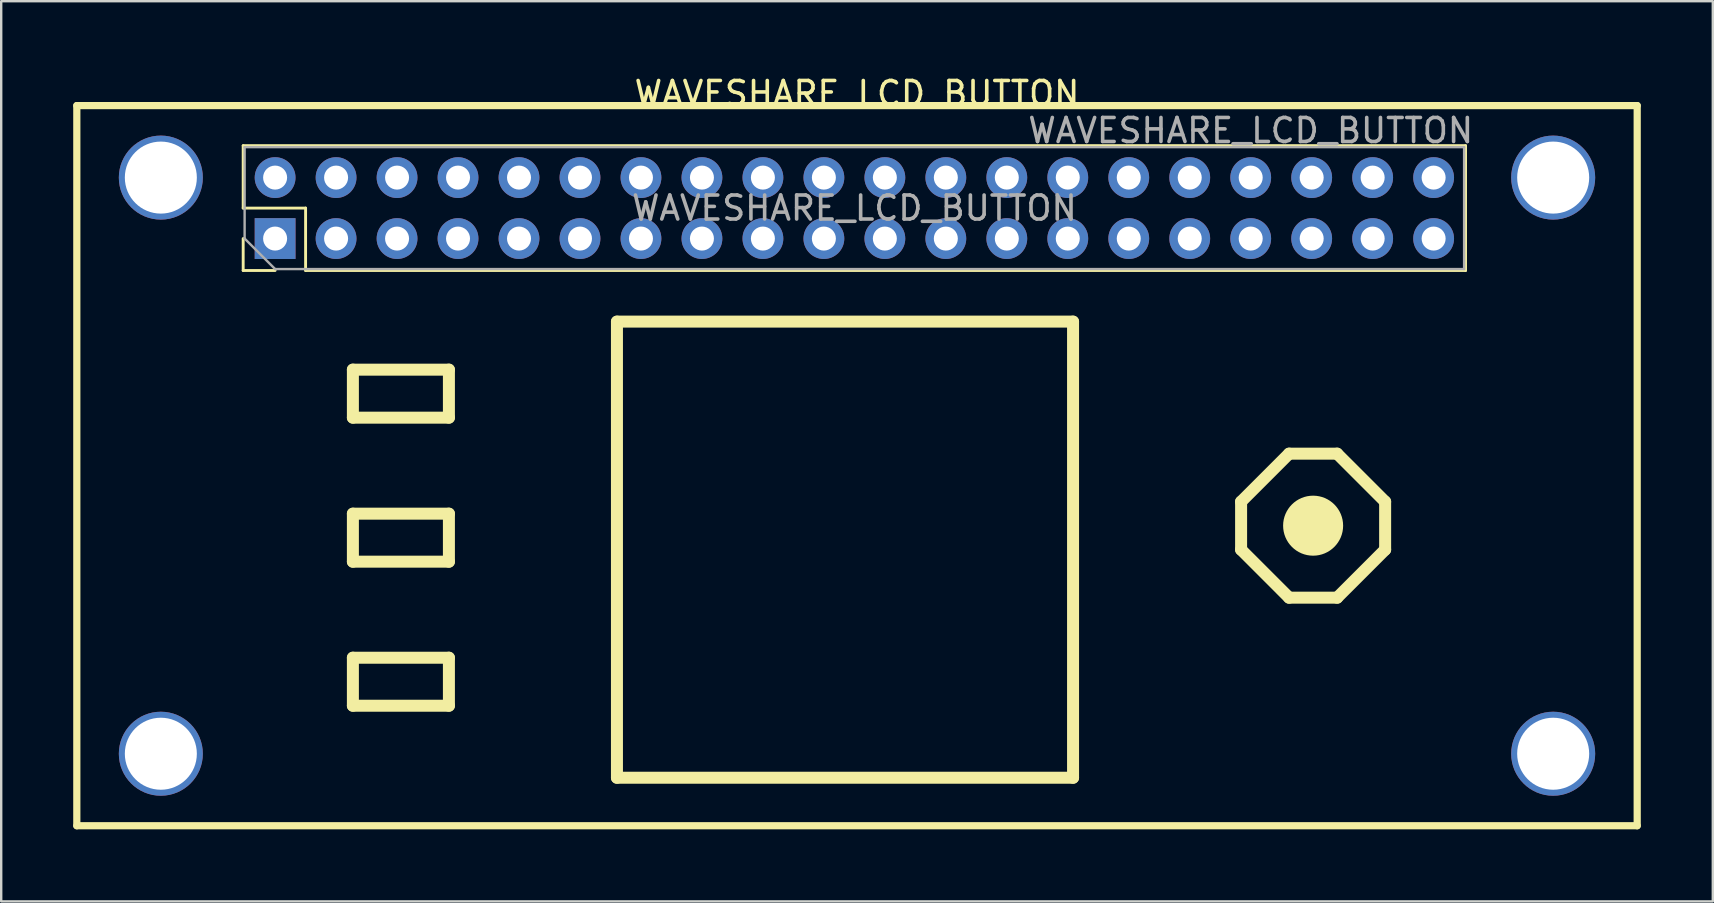
<source format=kicad_pcb>
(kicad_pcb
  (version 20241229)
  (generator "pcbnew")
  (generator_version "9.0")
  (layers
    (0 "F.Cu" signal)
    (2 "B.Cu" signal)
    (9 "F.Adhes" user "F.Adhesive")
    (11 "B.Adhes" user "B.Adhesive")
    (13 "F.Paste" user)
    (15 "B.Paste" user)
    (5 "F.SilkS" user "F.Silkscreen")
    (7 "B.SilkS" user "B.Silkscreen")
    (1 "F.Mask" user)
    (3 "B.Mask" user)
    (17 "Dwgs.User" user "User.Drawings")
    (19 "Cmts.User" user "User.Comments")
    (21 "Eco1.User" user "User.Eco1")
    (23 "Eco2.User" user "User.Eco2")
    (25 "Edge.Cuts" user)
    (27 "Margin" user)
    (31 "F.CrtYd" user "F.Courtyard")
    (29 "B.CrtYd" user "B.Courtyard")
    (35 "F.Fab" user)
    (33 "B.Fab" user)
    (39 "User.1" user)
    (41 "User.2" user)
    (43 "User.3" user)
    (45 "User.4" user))
  (footprint "WAVESHARE_LCD_BUTTON"
    (layer "F.Cu")
    (at 32.65 16.348)
    (property "Reference" "WAVESHARE_LCD_BUTTON" (at 0 -15.5 0) (unlocked yes) (layer "F.SilkS") (effects (font (size 1 1) (thickness 0.15))))
    (attr through_hole)
    (fp_line (start -32.5 -15) (end -32.5 15) (stroke (width 0.3) (type solid)) (layer "F.SilkS"))
    (fp_line (start -32.5 15) (end 32.5 15) (stroke (width 0.3) (type solid)) (layer "F.SilkS"))
    (fp_line (start -25.57 -13.33) (end 25.35 -13.33) (stroke (width 0.12) (type solid)) (layer "F.SilkS"))
    (fp_line (start -25.57 -10.73) (end -25.57 -13.33) (stroke (width 0.12) (type solid)) (layer "F.SilkS"))
    (fp_line (start -25.57 -8.13) (end -25.57 -9.46) (stroke (width 0.12) (type solid)) (layer "F.SilkS"))
    (fp_line (start -24.24 -8.13) (end -25.57 -8.13) (stroke (width 0.12) (type solid)) (layer "F.SilkS"))
    (fp_line (start -22.97 -10.73) (end -25.57 -10.73) (stroke (width 0.12) (type solid)) (layer "F.SilkS"))
    (fp_line (start -22.97 -8.13) (end -22.97 -10.73) (stroke (width 0.12) (type solid)) (layer "F.SilkS"))
    (fp_line (start -22.97 -8.13) (end 25.35 -8.13) (stroke (width 0.12) (type solid)) (layer "F.SilkS"))
    (fp_line (start -21 -4) (end -21 -2) (stroke (width 0.5) (type solid)) (layer "F.SilkS"))
    (fp_line (start -21 -2) (end -17 -2) (stroke (width 0.5) (type solid)) (layer "F.SilkS"))
    (fp_line (start -21 2) (end -21 4) (stroke (width 0.5) (type solid)) (layer "F.SilkS"))
    (fp_line (start -21 4) (end -17 4) (stroke (width 0.5) (type solid)) (layer "F.SilkS"))
    (fp_line (start -21 8) (end -21 10) (stroke (width 0.5) (type solid)) (layer "F.SilkS"))
    (fp_line (start -21 10) (end -17 10) (stroke (width 0.5) (type solid)) (layer "F.SilkS"))
    (fp_line (start -17 -4) (end -21 -4) (stroke (width 0.5) (type solid)) (layer "F.SilkS"))
    (fp_line (start -17 -2) (end -17 -4) (stroke (width 0.5) (type solid)) (layer "F.SilkS"))
    (fp_line (start -17 2) (end -21 2) (stroke (width 0.5) (type solid)) (layer "F.SilkS"))
    (fp_line (start -17 4) (end -17 2) (stroke (width 0.5) (type solid)) (layer "F.SilkS"))
    (fp_line (start -17 8) (end -21 8) (stroke (width 0.5) (type solid)) (layer "F.SilkS"))
    (fp_line (start -17 10) (end -17 8) (stroke (width 0.5) (type solid)) (layer "F.SilkS"))
    (fp_line (start -10 -6) (end -10 13) (stroke (width 0.5) (type solid)) (layer "F.SilkS"))
    (fp_line (start -10 13) (end 9 13) (stroke (width 0.5) (type solid)) (layer "F.SilkS"))
    (fp_line (start 9 -6) (end -10 -6) (stroke (width 0.5) (type solid)) (layer "F.SilkS"))
    (fp_line (start 9 13) (end 9 -6) (stroke (width 0.5) (type solid)) (layer "F.SilkS"))
    (fp_line (start 16 1.5) (end 16 3.5) (stroke (width 0.5) (type solid)) (layer "F.SilkS"))
    (fp_line (start 16 3.5) (end 18 5.5) (stroke (width 0.5) (type solid)) (layer "F.SilkS"))
    (fp_line (start 18 -0.5) (end 16 1.5) (stroke (width 0.5) (type solid)) (layer "F.SilkS"))
    (fp_line (start 18 5.5) (end 20 5.5) (stroke (width 0.5) (type solid)) (layer "F.SilkS"))
    (fp_line (start 20 -0.5) (end 18 -0.5) (stroke (width 0.5) (type solid)) (layer "F.SilkS"))
    (fp_line (start 20 5.5) (end 22 3.5) (stroke (width 0.5) (type solid)) (layer "F.SilkS"))
    (fp_line (start 22 1.5) (end 20 -0.5) (stroke (width 0.5) (type solid)) (layer "F.SilkS"))
    (fp_line (start 22 3.5) (end 22 1.5) (stroke (width 0.5) (type solid)) (layer "F.SilkS"))
    (fp_line (start 25.35 -8.13) (end 25.35 -13.33) (stroke (width 0.12) (type solid)) (layer "F.SilkS"))
    (fp_line (start 32.5 -15) (end -32.5 -15) (stroke (width 0.3) (type solid)) (layer "F.SilkS"))
    (fp_line (start 32.5 15) (end 32.5 -15) (stroke (width 0.3) (type solid)) (layer "F.SilkS"))
    (fp_circle (center 19 2.5) (end 20 2.5) (stroke (width 0.5) (type solid)) (fill yes) (layer "F.SilkS"))
    (fp_line (start -25.51 -13.27) (end 25.29 -13.27) (stroke (width 0.1) (type solid)) (layer "F.Fab"))
    (fp_line (start -25.51 -9.46) (end -25.51 -13.27) (stroke (width 0.1) (type solid)) (layer "F.Fab"))
    (fp_line (start -24.24 -8.19) (end -25.51 -9.46) (stroke (width 0.1) (type solid)) (layer "F.Fab"))
    (fp_line (start 25.29 -13.27) (end 25.29 -8.19) (stroke (width 0.1) (type solid)) (layer "F.Fab"))
    (fp_line (start 25.29 -8.19) (end -24.24 -8.19) (stroke (width 0.1) (type solid)) (layer "F.Fab"))
    (fp_text user "${REFERENCE}" (at 16.4 -13.96 0) (unlocked yes) (layer "F.Fab") (effects (font (size 1 1) (thickness 0.15))))
    (fp_text user "${REFERENCE}" (at -0.11 -10.73 180) (layer "F.Fab") (effects (font (size 1 1) (thickness 0.15))))
    (pad "" np_thru_hole circle (at -29 -12) (size 3.5 3.5) (drill 3) (layers "*.Cu" "*.Mask"))
    (pad "" np_thru_hole circle (at -29 12) (size 3.5 3.5) (drill 3) (layers "*.Cu" "*.Mask"))
    (pad "" np_thru_hole circle (at 29 -12) (size 3.5 3.5) (drill 3) (layers "*.Cu" "*.Mask"))
    (pad "" np_thru_hole circle (at 29 12) (size 3.5 3.5) (drill 3) (layers "*.Cu" "*.Mask"))
    (pad "1" thru_hole rect (at -24.24 -9.46 90) (size 1.7 1.7) (drill 1) (layers "*.Cu" "*.Mask"))
    (pad "2" thru_hole oval (at -24.24 -12 90) (size 1.7 1.7) (drill 1) (layers "*.Cu" "*.Mask"))
    (pad "3" thru_hole oval (at -21.7 -9.46 90) (size 1.7 1.7) (drill 1) (layers "*.Cu" "*.Mask"))
    (pad "4" thru_hole oval (at -21.7 -12 90) (size 1.7 1.7) (drill 1) (layers "*.Cu" "*.Mask"))
    (pad "5" thru_hole oval (at -19.16 -9.46 90) (size 1.7 1.7) (drill 1) (layers "*.Cu" "*.Mask"))
    (pad "6" thru_hole oval (at -19.16 -12 90) (size 1.7 1.7) (drill 1) (layers "*.Cu" "*.Mask"))
    (pad "7" thru_hole oval (at -16.62 -9.46 90) (size 1.7 1.7) (drill 1) (layers "*.Cu" "*.Mask"))
    (pad "8" thru_hole oval (at -16.62 -12 90) (size 1.7 1.7) (drill 1) (layers "*.Cu" "*.Mask"))
    (pad "9" thru_hole oval (at -14.08 -9.46 90) (size 1.7 1.7) (drill 1) (layers "*.Cu" "*.Mask"))
    (pad "10" thru_hole oval (at -14.08 -12 90) (size 1.7 1.7) (drill 1) (layers "*.Cu" "*.Mask"))
    (pad "11" thru_hole oval (at -11.54 -9.46 90) (size 1.7 1.7) (drill 1) (layers "*.Cu" "*.Mask"))
    (pad "12" thru_hole oval (at -11.54 -12 90) (size 1.7 1.7) (drill 1) (layers "*.Cu" "*.Mask"))
    (pad "13" thru_hole oval (at -9 -9.46 90) (size 1.7 1.7) (drill 1) (layers "*.Cu" "*.Mask"))
    (pad "14" thru_hole oval (at -9 -12 90) (size 1.7 1.7) (drill 1) (layers "*.Cu" "*.Mask"))
    (pad "15" thru_hole oval (at -6.46 -9.46 90) (size 1.7 1.7) (drill 1) (layers "*.Cu" "*.Mask"))
    (pad "16" thru_hole oval (at -6.46 -12 90) (size 1.7 1.7) (drill 1) (layers "*.Cu" "*.Mask"))
    (pad "17" thru_hole oval (at -3.92 -9.46 90) (size 1.7 1.7) (drill 1) (layers "*.Cu" "*.Mask"))
    (pad "18" thru_hole oval (at -3.92 -12 90) (size 1.7 1.7) (drill 1) (layers "*.Cu" "*.Mask"))
    (pad "19" thru_hole oval (at -1.38 -9.46 90) (size 1.7 1.7) (drill 1) (layers "*.Cu" "*.Mask"))
    (pad "20" thru_hole oval (at -1.38 -12 270) (size 1.7 1.7) (drill 1) (layers "*.Cu" "*.Mask"))
    (pad "21" thru_hole oval (at 1.16 -9.46 90) (size 1.7 1.7) (drill 1) (layers "*.Cu" "*.Mask"))
    (pad "22" thru_hole oval (at 1.16 -12 90) (size 1.7 1.7) (drill 1) (layers "*.Cu" "*.Mask"))
    (pad "23" thru_hole oval (at 3.7 -9.46 90) (size 1.7 1.7) (drill 1) (layers "*.Cu" "*.Mask"))
    (pad "24" thru_hole oval (at 3.7 -12 90) (size 1.7 1.7) (drill 1) (layers "*.Cu" "*.Mask"))
    (pad "25" thru_hole oval (at 6.24 -9.46 90) (size 1.7 1.7) (drill 1) (layers "*.Cu" "*.Mask"))
    (pad "26" thru_hole oval (at 6.24 -12 90) (size 1.7 1.7) (drill 1) (layers "*.Cu" "*.Mask"))
    (pad "27" thru_hole oval (at 8.78 -9.46 90) (size 1.7 1.7) (drill 1) (layers "*.Cu" "*.Mask"))
    (pad "28" thru_hole oval (at 8.78 -12 90) (size 1.7 1.7) (drill 1) (layers "*.Cu" "*.Mask"))
    (pad "29" thru_hole oval (at 11.32 -9.46 90) (size 1.7 1.7) (drill 1) (layers "*.Cu" "*.Mask"))
    (pad "30" thru_hole oval (at 11.32 -12 90) (size 1.7 1.7) (drill 1) (layers "*.Cu" "*.Mask"))
    (pad "31" thru_hole oval (at 13.86 -9.46 90) (size 1.7 1.7) (drill 1) (layers "*.Cu" "*.Mask"))
    (pad "32" thru_hole oval (at 13.86 -12 90) (size 1.7 1.7) (drill 1) (layers "*.Cu" "*.Mask"))
    (pad "33" thru_hole oval (at 16.4 -9.46 90) (size 1.7 1.7) (drill 1) (layers "*.Cu" "*.Mask"))
    (pad "34" thru_hole oval (at 16.4 -12 90) (size 1.7 1.7) (drill 1) (layers "*.Cu" "*.Mask"))
    (pad "35" thru_hole oval (at 18.94 -9.46 90) (size 1.7 1.7) (drill 1) (layers "*.Cu" "*.Mask"))
    (pad "36" thru_hole oval (at 18.94 -12 90) (size 1.7 1.7) (drill 1) (layers "*.Cu" "*.Mask"))
    (pad "37" thru_hole oval (at 21.48 -9.46 90) (size 1.7 1.7) (drill 1) (layers "*.Cu" "*.Mask"))
    (pad "38" thru_hole oval (at 21.48 -12 90) (size 1.7 1.7) (drill 1) (layers "*.Cu" "*.Mask"))
    (pad "39" thru_hole oval (at 24.02 -9.46 90) (size 1.7 1.7) (drill 1) (layers "*.Cu" "*.Mask"))
    (pad "40" thru_hole oval (at 24.02 -12 90) (size 1.7 1.7) (drill 1) (layers "*.Cu" "*.Mask")))
  (gr_rect
    (start -3 -3)
    (end 68.3 34.498)
    (stroke (width 0.1) (type default))
    (fill no)
    (layer "Edge.Cuts")))
</source>
